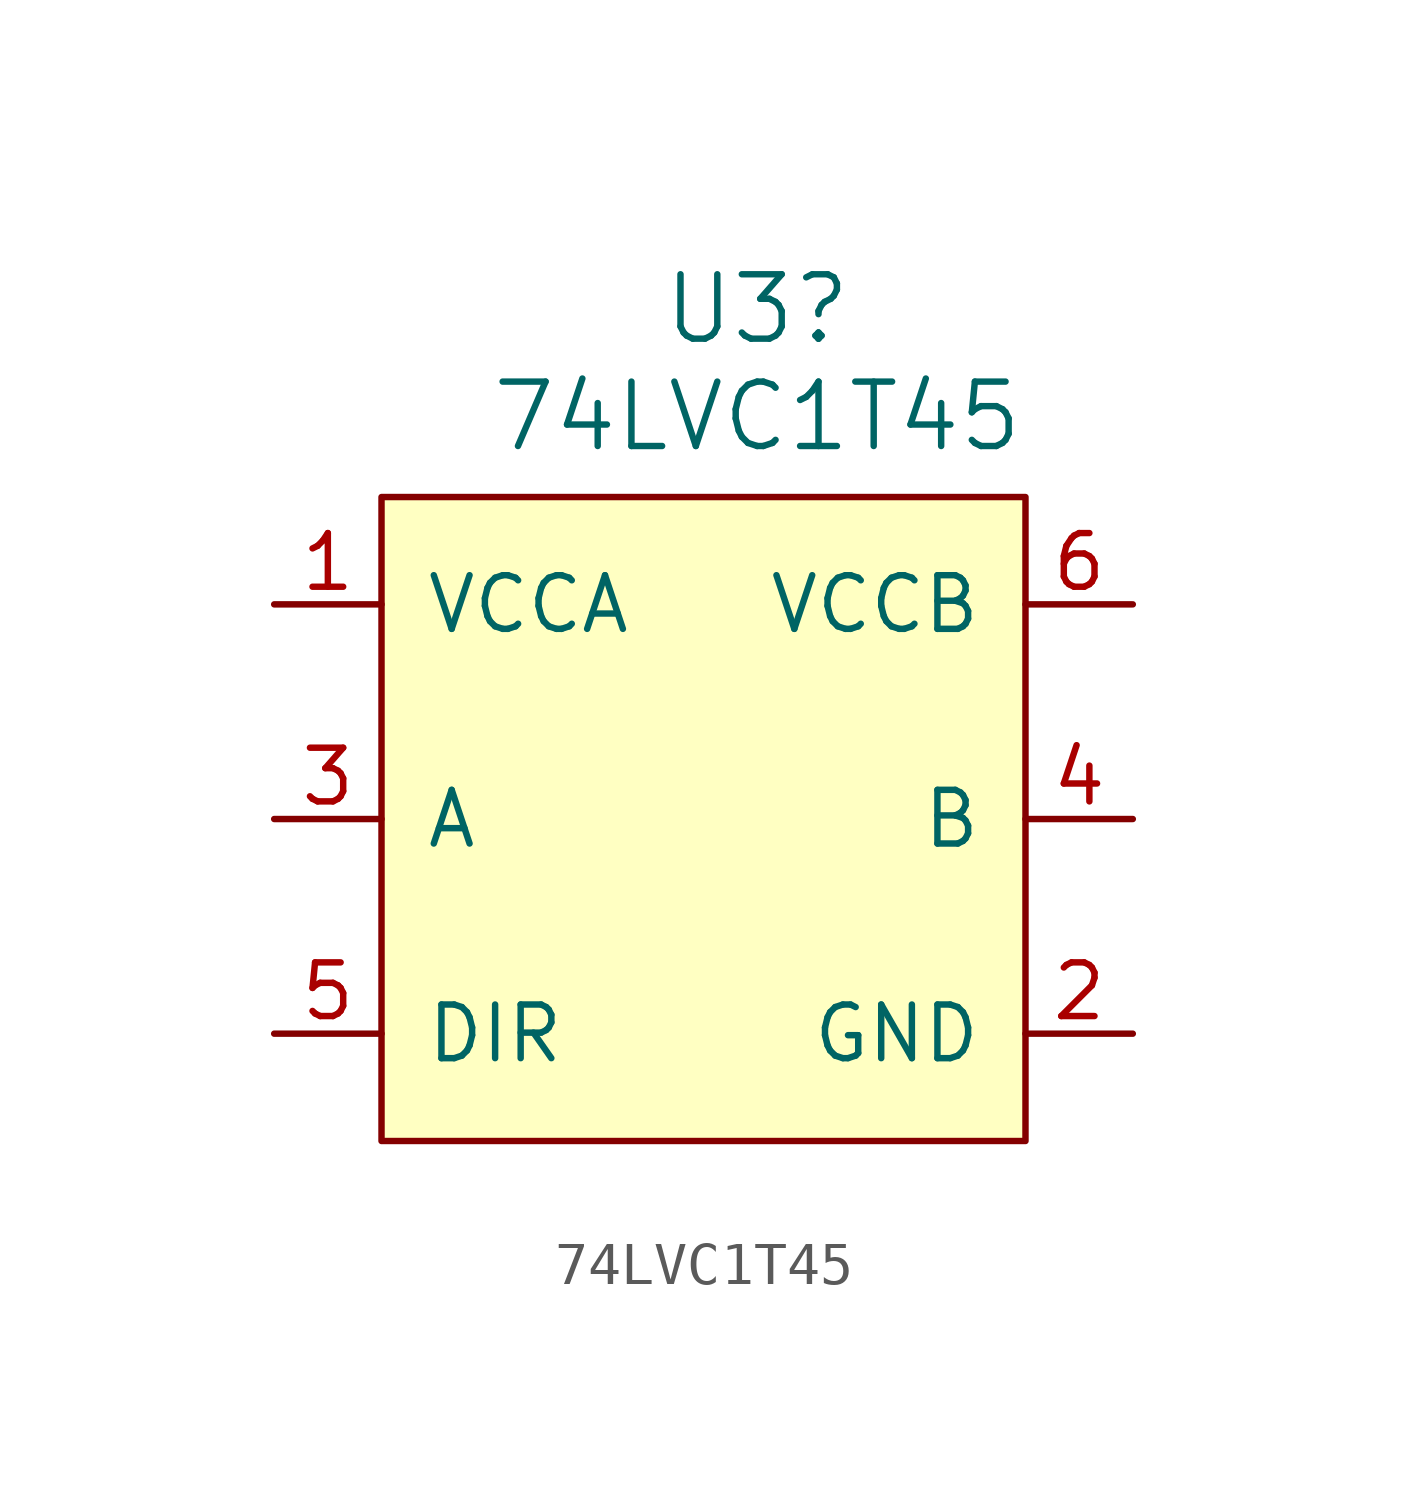
<source format=kicad_sym>
(kicad_symbol_lib
  (version 20220914)
  (generator kicad_symbol_editor)
  (symbol "74LVC1T45"
    (pin_names
      (offset 1.016))
    (property "Reference" "U3"
      (at 1.27 12.065 0)
      (effects (font (size 1.524 1.524))))
    (property "Value" "74LVC1T45"
      (at 1.27 9.525 0)
      (effects (font (size 1.524 1.524))))
    (symbol "74LVC1T45_1_1"
      (rectangle (start -7.62 7.62) (end 7.62 -7.62) (stroke (width 0) (type default)) (fill (type background)))
      (pin power_in line (at -10.16 5.08 0) (length 2.54) (name "VCCA" (effects (font (size 1.27 1.27)))) (number "1" (effects (font (size 1.27 1.27)))))
      (pin power_in line (at 10.16 -5.08 180) (length 2.54) (name "GND" (effects (font (size 1.27 1.27)))) (number "2" (effects (font (size 1.27 1.27)))))
      (pin bidirectional line (at -10.16 0 0) (length 2.54) (name "A" (effects (font (size 1.27 1.27)))) (number "3" (effects (font (size 1.27 1.27)))))
      (pin bidirectional line (at 10.16 0 180) (length 2.54) (name "B" (effects (font (size 1.27 1.27)))) (number "4" (effects (font (size 1.27 1.27)))))
      (pin input line (at -10.16 -5.08 0) (length 2.54) (name "DIR" (effects (font (size 1.27 1.27)))) (number "5" (effects (font (size 1.27 1.27)))))
      (pin power_in line (at 10.16 5.08 180) (length 2.54) (name "VCCB" (effects (font (size 1.27 1.27)))) (number "6" (effects (font (size 1.27 1.27))))))))
</source>
